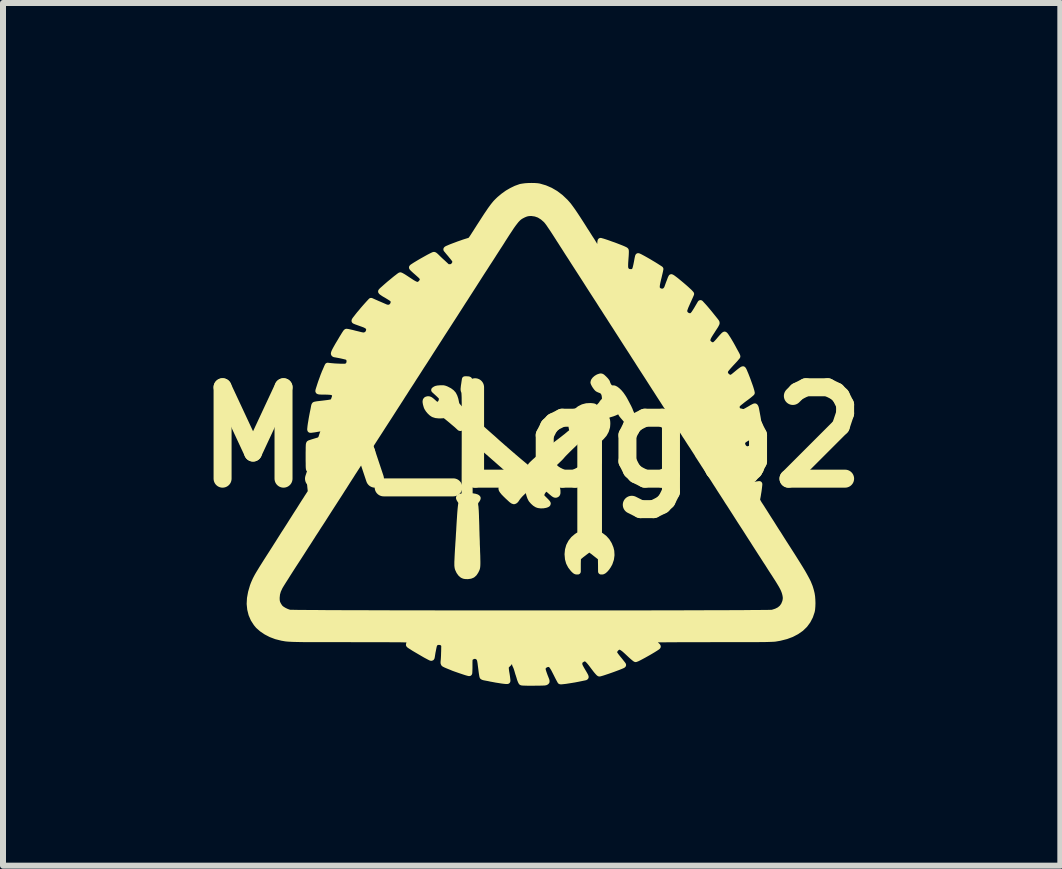
<source format=kicad_pcb>
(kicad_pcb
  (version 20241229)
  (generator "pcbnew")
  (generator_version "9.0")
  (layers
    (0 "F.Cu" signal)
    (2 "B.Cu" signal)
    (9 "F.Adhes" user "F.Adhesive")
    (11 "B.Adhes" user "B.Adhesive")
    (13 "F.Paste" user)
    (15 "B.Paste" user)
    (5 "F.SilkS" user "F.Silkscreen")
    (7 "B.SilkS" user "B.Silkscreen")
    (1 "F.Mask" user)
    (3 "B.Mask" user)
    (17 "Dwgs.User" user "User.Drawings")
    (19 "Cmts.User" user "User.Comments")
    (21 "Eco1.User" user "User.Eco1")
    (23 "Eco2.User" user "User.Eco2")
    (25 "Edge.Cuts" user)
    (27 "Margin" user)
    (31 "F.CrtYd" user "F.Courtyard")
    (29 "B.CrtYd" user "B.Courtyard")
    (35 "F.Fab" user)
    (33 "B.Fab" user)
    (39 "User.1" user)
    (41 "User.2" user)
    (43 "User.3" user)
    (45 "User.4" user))
  (footprint "MA_Logo2"
    (layer "F.Cu")
    (at 5.813 4.24)
    (property "Reference" "MA_Logo2" (at 0 0 0) (layer "F.SilkS") (effects (font (size 1.524 1.524) (thickness 0.3))))
    (attr through_hole)
    (fp_poly (pts (xy -0.117 0.88) (xy -0.167 0.927) (xy -0.193 0.953) (xy -0.217 0.98) (xy -0.236 1.004) (xy -0.241 1.011) (xy -0.261 1.041) (xy -0.278 1.059) (xy -0.295 1.065) (xy -0.314 1.059) (xy -0.337 1.042) (xy -0.348 1.032) (xy -0.397 0.987) (xy -0.436 0.949) (xy -0.466 0.918) (xy -0.486 0.893) (xy -0.499 0.873) (xy -0.504 0.857) (xy -0.502 0.844) (xy -0.5 0.84) (xy -0.489 0.832) (xy -0.469 0.822) (xy -0.441 0.811) (xy -0.43 0.808) (xy -0.369 0.783) (xy -0.327 0.757) (xy -0.306 0.742) (xy -0.291 0.732) (xy -0.283 0.727) (xy -0.282 0.727) (xy -0.276 0.731) (xy -0.262 0.744) (xy -0.241 0.763) (xy -0.215 0.787) (xy -0.198 0.803) (xy -0.117 0.88)) (stroke (width 0.1) (type solid)) (fill yes) (layer "F.SilkS"))
    (fp_poly (pts (xy 0.764 0.051) (xy 0.65 0.16) (xy 0.614 0.195) (xy 0.58 0.229) (xy 0.549 0.26) (xy 0.524 0.286) (xy 0.507 0.305) (xy 0.503 0.31) (xy 0.49 0.325) (xy 0.469 0.347) (xy 0.442 0.373) (xy 0.411 0.403) (xy 0.377 0.435) (xy 0.343 0.468) (xy 0.308 0.5) (xy 0.276 0.529) (xy 0.248 0.554) (xy 0.225 0.574) (xy 0.209 0.587) (xy 0.201 0.592) (xy 0.201 0.592) (xy 0.19 0.59) (xy 0.171 0.588) (xy 0.159 0.586) (xy 0.129 0.579) (xy 0.103 0.567) (xy 0.099 0.565) (xy 0.073 0.546) (xy 0.046 0.526) (xy 0.022 0.506) (xy 0.002 0.49) (xy -0.01 0.478) (xy -0.014 0.473) (xy -0.009 0.466) (xy 0.006 0.45) (xy 0.028 0.429) (xy 0.057 0.402) (xy 0.091 0.372) (xy 0.128 0.34) (xy 0.167 0.307) (xy 0.206 0.274) (xy 0.244 0.243) (xy 0.28 0.214) (xy 0.307 0.193) (xy 0.376 0.141) (xy 0.434 0.097) (xy 0.483 0.06) (xy 0.523 0.029) (xy 0.556 0.003) (xy 0.583 -0.018) (xy 0.603 -0.035) (xy 0.607 -0.038) (xy 0.628 -0.056) (xy 0.646 -0.07) (xy 0.656 -0.077) (xy 0.658 -0.078) (xy 0.664 -0.072) (xy 0.673 -0.057) (xy 0.678 -0.048) (xy 0.691 -0.028) (xy 0.71 -0.003) (xy 0.729 0.016) (xy 0.764 0.051)) (stroke (width 0.1) (type solid)) (fill yes) (layer "F.SilkS"))
    (fp_poly (pts (xy -1.178 -0.308) (xy -1.178 -0.257) (xy -1.179 -0.218) (xy -1.18 -0.19) (xy -1.181 -0.172) (xy -1.183 -0.161) (xy -1.186 -0.156) (xy -1.188 -0.155) (xy -1.199 -0.158) (xy -1.201 -0.161) (xy -1.207 -0.167) (xy -1.222 -0.18) (xy -1.243 -0.2) (xy -1.27 -0.223) (xy -1.3 -0.248) (xy -1.33 -0.274) (xy -1.36 -0.299) (xy -1.387 -0.321) (xy -1.409 -0.339) (xy -1.419 -0.347) (xy -1.437 -0.36) (xy -1.451 -0.367) (xy -1.467 -0.369) (xy -1.489 -0.367) (xy -1.496 -0.366) (xy -1.546 -0.365) (xy -1.595 -0.37) (xy -1.636 -0.383) (xy -1.64 -0.385) (xy -1.667 -0.403) (xy -1.696 -0.43) (xy -1.722 -0.461) (xy -1.743 -0.494) (xy -1.752 -0.516) (xy -1.764 -0.559) (xy -1.769 -0.592) (xy -1.766 -0.614) (xy -1.754 -0.628) (xy -1.734 -0.634) (xy -1.724 -0.635) (xy -1.71 -0.633) (xy -1.695 -0.627) (xy -1.677 -0.615) (xy -1.652 -0.594) (xy -1.649 -0.591) (xy -1.62 -0.565) (xy -1.599 -0.548) (xy -1.585 -0.538) (xy -1.575 -0.533) (xy -1.567 -0.534) (xy -1.557 -0.539) (xy -1.547 -0.546) (xy -1.518 -0.572) (xy -1.501 -0.605) (xy -1.496 -0.641) (xy -1.496 -0.653) (xy -1.499 -0.664) (xy -1.507 -0.675) (xy -1.52 -0.69) (xy -1.54 -0.71) (xy -1.56 -0.729) (xy -1.625 -0.788) (xy -1.605 -0.802) (xy -1.588 -0.809) (xy -1.564 -0.814) (xy -1.529 -0.817) (xy -1.524 -0.817) (xy -1.492 -0.818) (xy -1.47 -0.817) (xy -1.45 -0.812) (xy -1.428 -0.804) (xy -1.418 -0.799) (xy -1.371 -0.775) (xy -1.335 -0.748) (xy -1.307 -0.717) (xy -1.287 -0.678) (xy -1.271 -0.63) (xy -1.259 -0.571) (xy -1.259 -0.569) (xy -1.253 -0.549) (xy -1.24 -0.528) (xy -1.218 -0.503) (xy -1.217 -0.501) (xy -1.178 -0.461) (xy -1.178 -0.308)) (stroke (width 0.1) (type solid)) (fill yes) (layer "F.SilkS"))
    (fp_poly (pts (xy 0.43 0.903) (xy 0.43 0.928) (xy 0.426 0.943) (xy 0.419 0.951) (xy 0.417 0.952) (xy 0.405 0.957) (xy 0.394 0.958) (xy 0.381 0.953) (xy 0.363 0.941) (xy 0.34 0.922) (xy 0.318 0.903) (xy 0.293 0.881) (xy 0.271 0.863) (xy 0.256 0.851) (xy 0.249 0.847) (xy 0.249 0.847) (xy 0.234 0.852) (xy 0.216 0.866) (xy 0.198 0.884) (xy 0.183 0.904) (xy 0.178 0.911) (xy 0.166 0.938) (xy 0.16 0.959) (xy 0.16 0.976) (xy 0.168 0.993) (xy 0.185 1.013) (xy 0.211 1.039) (xy 0.216 1.044) (xy 0.243 1.071) (xy 0.26 1.09) (xy 0.268 1.103) (xy 0.265 1.112) (xy 0.254 1.119) (xy 0.234 1.126) (xy 0.231 1.127) (xy 0.192 1.134) (xy 0.152 1.135) (xy 0.114 1.13) (xy 0.088 1.121) (xy 0.056 1.101) (xy 0.024 1.072) (xy -0.004 1.04) (xy -0.01 1.03) (xy -0.025 1) (xy -0.038 0.962) (xy -0.049 0.921) (xy -0.053 0.896) (xy -0.056 0.873) (xy -0.059 0.854) (xy -0.06 0.85) (xy -0.064 0.843) (xy -0.073 0.831) (xy -0.09 0.815) (xy -0.113 0.792) (xy -0.144 0.763) (xy -0.183 0.727) (xy -0.232 0.683) (xy -0.291 0.631) (xy -0.318 0.607) (xy -0.344 0.583) (xy -0.366 0.563) (xy -0.383 0.548) (xy -0.392 0.54) (xy -0.392 0.54) (xy -0.412 0.523) (xy -0.441 0.497) (xy -0.478 0.464) (xy -0.523 0.425) (xy -0.574 0.38) (xy -0.63 0.331) (xy -0.69 0.278) (xy -0.754 0.223) (xy -0.755 0.222) (xy -0.963 0.04) (xy -0.967 -0.108) (xy -0.967 -0.152) (xy -0.968 -0.191) (xy -0.967 -0.223) (xy -0.967 -0.246) (xy -0.965 -0.258) (xy -0.965 -0.259) (xy -0.958 -0.255) (xy -0.943 -0.244) (xy -0.922 -0.226) (xy -0.897 -0.203) (xy -0.889 -0.196) (xy -0.857 -0.167) (xy -0.824 -0.137) (xy -0.793 -0.109) (xy -0.769 -0.088) (xy -0.751 -0.072) (xy -0.724 -0.048) (xy -0.69 -0.018) (xy -0.652 0.015) (xy -0.612 0.051) (xy -0.578 0.082) (xy -0.48 0.168) (xy -0.388 0.248) (xy -0.301 0.323) (xy -0.22 0.392) (xy -0.147 0.453) (xy -0.08 0.508) (xy -0.023 0.554) (xy 0.027 0.592) (xy 0.066 0.62) (xy 0.074 0.626) (xy 0.095 0.639) (xy 0.112 0.648) (xy 0.13 0.653) (xy 0.153 0.656) (xy 0.182 0.658) (xy 0.234 0.664) (xy 0.277 0.677) (xy 0.315 0.698) (xy 0.352 0.73) (xy 0.362 0.741) (xy 0.398 0.788) (xy 0.421 0.837) (xy 0.43 0.889) (xy 0.43 0.903)) (stroke (width 0.1) (type solid)) (fill yes) (layer "F.SilkS"))
    (fp_poly (pts (xy 1.743 -0.106) (xy 1.737 -0.094) (xy 1.722 -0.086) (xy 1.704 -0.084) (xy 1.687 -0.088) (xy 1.681 -0.093) (xy 1.675 -0.104) (xy 1.665 -0.124) (xy 1.655 -0.147) (xy 1.616 -0.229) (xy 1.569 -0.299) (xy 1.541 -0.332) (xy 1.521 -0.355) (xy 1.504 -0.376) (xy 1.494 -0.392) (xy 1.492 -0.396) (xy 1.481 -0.419) (xy 1.465 -0.434) (xy 1.452 -0.437) (xy 1.439 -0.434) (xy 1.418 -0.426) (xy 1.404 -0.42) (xy 1.379 -0.409) (xy 1.347 -0.397) (xy 1.321 -0.389) (xy 1.298 -0.383) (xy 1.279 -0.374) (xy 1.258 -0.362) (xy 1.234 -0.345) (xy 1.203 -0.321) (xy 1.199 -0.317) (xy 1.168 -0.292) (xy 1.138 -0.267) (xy 1.112 -0.246) (xy 1.093 -0.23) (xy 1.093 -0.23) (xy 1.051 -0.192) (xy 1.018 -0.164) (xy 0.994 -0.145) (xy 0.977 -0.132) (xy 0.968 -0.127) (xy 0.967 -0.127) (xy 0.958 -0.131) (xy 0.942 -0.143) (xy 0.921 -0.16) (xy 0.913 -0.167) (xy 0.891 -0.187) (xy 0.878 -0.202) (xy 0.871 -0.214) (xy 0.868 -0.226) (xy 0.868 -0.237) (xy 0.868 -0.248) (xy 0.871 -0.258) (xy 0.876 -0.269) (xy 0.887 -0.281) (xy 0.905 -0.298) (xy 0.93 -0.322) (xy 0.947 -0.337) (xy 0.981 -0.368) (xy 1.016 -0.401) (xy 1.051 -0.435) (xy 1.084 -0.467) (xy 1.114 -0.498) (xy 1.139 -0.524) (xy 1.158 -0.545) (xy 1.169 -0.559) (xy 1.171 -0.563) (xy 1.176 -0.572) (xy 1.188 -0.587) (xy 1.197 -0.596) (xy 1.211 -0.611) (xy 1.219 -0.623) (xy 1.221 -0.64) (xy 1.221 -0.663) (xy 1.216 -0.704) (xy 1.204 -0.739) (xy 1.185 -0.765) (xy 1.177 -0.772) (xy 1.161 -0.781) (xy 1.138 -0.79) (xy 1.128 -0.794) (xy 1.109 -0.802) (xy 1.094 -0.812) (xy 1.08 -0.828) (xy 1.062 -0.852) (xy 1.047 -0.876) (xy 1.036 -0.898) (xy 1.03 -0.912) (xy 1.03 -0.914) (xy 1.036 -0.938) (xy 1.054 -0.962) (xy 1.079 -0.984) (xy 1.109 -1.002) (xy 1.141 -1.013) (xy 1.142 -1.013) (xy 1.154 -1.015) (xy 1.164 -1.012) (xy 1.177 -1.005) (xy 1.193 -0.99) (xy 1.211 -0.973) (xy 1.231 -0.952) (xy 1.246 -0.933) (xy 1.255 -0.92) (xy 1.256 -0.917) (xy 1.259 -0.905) (xy 1.267 -0.885) (xy 1.275 -0.868) (xy 1.294 -0.839) (xy 1.318 -0.82) (xy 1.343 -0.815) (xy 1.353 -0.816) (xy 1.374 -0.815) (xy 1.4 -0.802) (xy 1.429 -0.78) (xy 1.46 -0.75) (xy 1.491 -0.713) (xy 1.52 -0.671) (xy 1.533 -0.651) (xy 1.547 -0.627) (xy 1.563 -0.597) (xy 1.58 -0.565) (xy 1.597 -0.532) (xy 1.613 -0.502) (xy 1.625 -0.476) (xy 1.634 -0.457) (xy 1.637 -0.449) (xy 1.64 -0.441) (xy 1.646 -0.424) (xy 1.654 -0.408) (xy 1.666 -0.378) (xy 1.679 -0.341) (xy 1.693 -0.299) (xy 1.707 -0.255) (xy 1.719 -0.212) (xy 1.73 -0.172) (xy 1.738 -0.138) (xy 1.742 -0.114) (xy 1.743 -0.106)) (stroke (width 0.1) (type solid)) (fill yes) (layer "F.SilkS"))
    (fp_poly (pts (xy -0.9 1.013) (xy -0.902 1.023) (xy -0.911 1.04) (xy -0.918 1.048) (xy -0.936 1.075) (xy -0.943 1.099) (xy -0.942 1.126) (xy -0.94 1.141) (xy -0.937 1.158) (xy -0.935 1.187) (xy -0.932 1.224) (xy -0.93 1.268) (xy -0.928 1.315) (xy -0.928 1.333) (xy -0.925 1.411) (xy -0.923 1.477) (xy -0.922 1.534) (xy -0.92 1.585) (xy -0.919 1.634) (xy -0.917 1.682) (xy -0.915 1.732) (xy -0.914 1.788) (xy -0.911 1.851) (xy -0.91 1.904) (xy -0.907 1.972) (xy -0.906 2.028) (xy -0.905 2.073) (xy -0.905 2.109) (xy -0.906 2.137) (xy -0.908 2.16) (xy -0.911 2.178) (xy -0.916 2.194) (xy -0.923 2.209) (xy -0.931 2.225) (xy -0.933 2.23) (xy -0.958 2.268) (xy -0.987 2.294) (xy -1.021 2.308) (xy -1.063 2.314) (xy -1.074 2.314) (xy -1.105 2.313) (xy -1.127 2.309) (xy -1.146 2.301) (xy -1.153 2.298) (xy -1.182 2.273) (xy -1.208 2.237) (xy -1.228 2.194) (xy -1.232 2.182) (xy -1.235 2.169) (xy -1.237 2.154) (xy -1.239 2.135) (xy -1.239 2.111) (xy -1.239 2.08) (xy -1.237 2.042) (xy -1.235 1.994) (xy -1.232 1.936) (xy -1.228 1.866) (xy -1.224 1.806) (xy -1.223 1.786) (xy -1.221 1.755) (xy -1.218 1.713) (xy -1.215 1.664) (xy -1.212 1.608) (xy -1.208 1.55) (xy -1.206 1.51) (xy -1.201 1.424) (xy -1.196 1.35) (xy -1.192 1.288) (xy -1.188 1.235) (xy -1.184 1.19) (xy -1.18 1.152) (xy -1.176 1.12) (xy -1.174 1.11) (xy -1.173 1.09) (xy -1.177 1.074) (xy -1.188 1.055) (xy -1.192 1.049) (xy -1.206 1.026) (xy -1.212 1.01) (xy -1.208 1) (xy -1.192 0.993) (xy -1.164 0.986) (xy -1.158 0.984) (xy -1.118 0.977) (xy -1.116 0.12) (xy -1.116 -0.009) (xy -1.116 -0.124) (xy -1.116 -0.227) (xy -1.116 -0.317) (xy -1.116 -0.397) (xy -1.116 -0.466) (xy -1.116 -0.526) (xy -1.116 -0.577) (xy -1.117 -0.62) (xy -1.117 -0.655) (xy -1.118 -0.684) (xy -1.119 -0.707) (xy -1.12 -0.725) (xy -1.121 -0.739) (xy -1.122 -0.749) (xy -1.124 -0.757) (xy -1.125 -0.762) (xy -1.126 -0.763) (xy -1.131 -0.776) (xy -1.134 -0.788) (xy -1.135 -0.804) (xy -1.133 -0.825) (xy -1.13 -0.854) (xy -1.124 -0.893) (xy -1.121 -0.915) (xy -1.113 -0.967) (xy -1.079 -0.967) (xy -1.059 -0.966) (xy -1.045 -0.963) (xy -1.042 -0.961) (xy -1.04 -0.953) (xy -1.036 -0.933) (xy -1.032 -0.905) (xy -1.027 -0.872) (xy -1.022 -0.836) (xy -1.019 -0.81) (xy -1.018 -0.792) (xy -1.02 -0.778) (xy -1.024 -0.765) (xy -1.026 -0.759) (xy -1.028 -0.754) (xy -1.029 -0.746) (xy -1.031 -0.736) (xy -1.032 -0.722) (xy -1.033 -0.703) (xy -1.034 -0.68) (xy -1.034 -0.651) (xy -1.035 -0.615) (xy -1.035 -0.572) (xy -1.036 -0.52) (xy -1.036 -0.46) (xy -1.036 -0.391) (xy -1.036 -0.31) (xy -1.036 -0.219) (xy -1.036 -0.116) (xy -1.036 -0.000149) (xy -1.035 0.124) (xy -1.034 0.977) (xy -0.988 0.983) (xy -0.946 0.99) (xy -0.917 0.999) (xy -0.902 1.01) (xy -0.9 1.013)) (stroke (width 0.1) (type solid)) (fill yes) (layer "F.SilkS"))
    (fp_poly (pts (xy 1.331 1.963) (xy 1.322 2.03) (xy 1.299 2.098) (xy 1.293 2.109) (xy 1.274 2.143) (xy 1.252 2.175) (xy 1.228 2.203) (xy 1.205 2.224) (xy 1.185 2.235) (xy 1.176 2.237) (xy 1.157 2.237) (xy 1.156 2.122) (xy 1.154 2.008) (xy 1.062 1.936) (xy 1.031 1.911) (xy 1.003 1.891) (xy 0.995 1.885) (xy 0.995 0.895) (xy 0.995 0.781) (xy 0.995 0.68) (xy 0.995 0.591) (xy 0.994 0.515) (xy 0.994 0.448) (xy 0.994 0.392) (xy 0.993 0.345) (xy 0.993 0.307) (xy 0.992 0.275) (xy 0.991 0.251) (xy 0.99 0.232) (xy 0.989 0.218) (xy 0.988 0.208) (xy 0.986 0.202) (xy 0.984 0.198) (xy 0.983 0.196) (xy 0.966 0.186) (xy 0.948 0.185) (xy 0.934 0.194) (xy 0.932 0.197) (xy 0.93 0.207) (xy 0.929 0.23) (xy 0.928 0.267) (xy 0.927 0.319) (xy 0.926 0.383) (xy 0.925 0.462) (xy 0.925 0.555) (xy 0.925 0.662) (xy 0.924 0.783) (xy 0.924 0.894) (xy 0.924 1.009) (xy 0.924 1.11) (xy 0.924 1.199) (xy 0.925 1.276) (xy 0.925 1.342) (xy 0.925 1.398) (xy 0.926 1.446) (xy 0.926 1.484) (xy 0.927 1.516) (xy 0.928 1.541) (xy 0.929 1.559) (xy 0.93 1.573) (xy 0.932 1.583) (xy 0.933 1.589) (xy 0.935 1.593) (xy 0.95 1.606) (xy 0.965 1.606) (xy 0.981 1.595) (xy 0.983 1.592) (xy 0.985 1.589) (xy 0.987 1.584) (xy 0.988 1.576) (xy 0.99 1.566) (xy 0.991 1.551) (xy 0.992 1.531) (xy 0.993 1.506) (xy 0.993 1.473) (xy 0.994 1.434) (xy 0.994 1.386) (xy 0.994 1.328) (xy 0.995 1.261) (xy 0.995 1.183) (xy 0.995 1.093) (xy 0.995 0.991) (xy 0.995 0.895) (xy 0.995 1.885) (xy 0.981 1.875) (xy 0.966 1.865) (xy 0.961 1.863) (xy 0.953 1.867) (xy 0.937 1.878) (xy 0.914 1.895) (xy 0.887 1.915) (xy 0.859 1.937) (xy 0.831 1.958) (xy 0.807 1.978) (xy 0.788 1.994) (xy 0.776 2.005) (xy 0.774 2.007) (xy 0.773 2.016) (xy 0.771 2.037) (xy 0.77 2.067) (xy 0.769 2.103) (xy 0.769 2.125) (xy 0.769 2.237) (xy 0.749 2.237) (xy 0.735 2.234) (xy 0.72 2.224) (xy 0.701 2.206) (xy 0.692 2.197) (xy 0.651 2.144) (xy 0.622 2.088) (xy 0.605 2.027) (xy 0.599 1.959) (xy 0.598 1.95) (xy 0.605 1.878) (xy 0.624 1.811) (xy 0.656 1.75) (xy 0.698 1.697) (xy 0.751 1.652) (xy 0.769 1.64) (xy 0.811 1.615) (xy 0.811 0.825) (xy 0.811 0.036) (xy 0.791 0.025) (xy 0.763 0.005) (xy 0.735 -0.026) (xy 0.708 -0.063) (xy 0.685 -0.104) (xy 0.671 -0.14) (xy 0.665 -0.172) (xy 0.663 -0.212) (xy 0.664 -0.254) (xy 0.67 -0.294) (xy 0.679 -0.325) (xy 0.679 -0.325) (xy 0.71 -0.385) (xy 0.75 -0.435) (xy 0.799 -0.474) (xy 0.854 -0.502) (xy 0.915 -0.518) (xy 0.98 -0.521) (xy 1.003 -0.519) (xy 1.028 -0.516) (xy 1.045 -0.511) (xy 1.052 -0.504) (xy 1.049 -0.494) (xy 1.036 -0.478) (xy 1.014 -0.455) (xy 0.992 -0.434) (xy 0.966 -0.409) (xy 0.942 -0.389) (xy 0.923 -0.374) (xy 0.912 -0.367) (xy 0.911 -0.367) (xy 0.901 -0.362) (xy 0.884 -0.349) (xy 0.864 -0.331) (xy 0.855 -0.323) (xy 0.811 -0.278) (xy 0.811 -0.217) (xy 0.812 -0.19) (xy 0.814 -0.168) (xy 0.817 -0.156) (xy 0.818 -0.154) (xy 0.826 -0.148) (xy 0.841 -0.136) (xy 0.855 -0.123) (xy 0.88 -0.101) (xy 0.901 -0.087) (xy 0.922 -0.08) (xy 0.949 -0.078) (xy 0.968 -0.078) (xy 1.02 -0.078) (xy 1.062 -0.12) (xy 1.081 -0.141) (xy 1.096 -0.159) (xy 1.104 -0.172) (xy 1.105 -0.174) (xy 1.111 -0.186) (xy 1.125 -0.202) (xy 1.134 -0.21) (xy 1.17 -0.24) (xy 1.201 -0.265) (xy 1.226 -0.284) (xy 1.243 -0.295) (xy 1.252 -0.297) (xy 1.252 -0.297) (xy 1.257 -0.282) (xy 1.26 -0.257) (xy 1.261 -0.227) (xy 1.259 -0.196) (xy 1.257 -0.173) (xy 1.238 -0.11) (xy 1.207 -0.054) (xy 1.164 -0.005) (xy 1.164 -0.005) (xy 1.122 0.035) (xy 1.122 0.827) (xy 1.122 1.619) (xy 1.16 1.642) (xy 1.21 1.68) (xy 1.254 1.729) (xy 1.289 1.786) (xy 1.315 1.849) (xy 1.327 1.897) (xy 1.331 1.963)) (stroke (width 0.1) (type solid)) (fill yes) (layer "F.SilkS"))
    (fp_poly (pts (xy 4.681 2.765) (xy 4.679 2.82) (xy 4.675 2.869) (xy 4.669 2.901) (xy 4.641 2.984) (xy 4.602 3.059) (xy 4.552 3.127) (xy 4.49 3.187) (xy 4.417 3.238) (xy 4.333 3.282) (xy 4.239 3.317) (xy 4.237 3.317) (xy 4.237 2.677) (xy 4.234 2.651) (xy 4.23 2.627) (xy 4.223 2.598) (xy 4.214 2.57) (xy 4.202 2.539) (xy 4.186 2.506) (xy 4.165 2.467) (xy 4.138 2.422) (xy 4.105 2.368) (xy 4.074 2.32) (xy 4.046 2.276) (xy 4.019 2.235) (xy 3.995 2.198) (xy 3.975 2.167) (xy 3.961 2.144) (xy 3.954 2.134) (xy 3.945 2.119) (xy 3.929 2.094) (xy 3.907 2.061) (xy 3.882 2.022) (xy 3.854 1.978) (xy 3.824 1.932) (xy 3.82 1.926) (xy 3.79 1.879) (xy 3.761 1.834) (xy 3.734 1.792) (xy 3.711 1.756) (xy 3.693 1.727) (xy 3.681 1.709) (xy 3.68 1.707) (xy 3.659 1.675) (xy 3.632 1.633) (xy 3.599 1.581) (xy 3.562 1.523) (xy 3.521 1.46) (xy 3.478 1.394) (xy 3.434 1.325) (xy 3.39 1.256) (xy 3.347 1.189) (xy 3.306 1.125) (xy 3.267 1.066) (xy 3.239 1.021) (xy 3.204 0.967) (xy 3.169 0.913) (xy 3.136 0.862) (xy 3.106 0.814) (xy 3.079 0.773) (xy 3.058 0.74) (xy 3.048 0.724) (xy 3.023 0.685) (xy 2.994 0.641) (xy 2.966 0.597) (xy 2.946 0.566) (xy 2.922 0.529) (xy 2.897 0.49) (xy 2.873 0.454) (xy 2.858 0.43) (xy 2.838 0.399) (xy 2.817 0.367) (xy 2.8 0.34) (xy 2.794 0.331) (xy 2.78 0.31) (xy 2.769 0.292) (xy 2.764 0.282) (xy 2.759 0.273) (xy 2.747 0.255) (xy 2.73 0.228) (xy 2.708 0.194) (xy 2.684 0.156) (xy 2.667 0.131) (xy 2.638 0.087) (xy 2.61 0.043) (xy 2.583 0.001) (xy 2.559 -0.034) (xy 2.542 -0.062) (xy 2.536 -0.071) (xy 2.503 -0.123) (xy 2.462 -0.186) (xy 2.416 -0.258) (xy 2.365 -0.338) (xy 2.309 -0.424) (xy 2.251 -0.515) (xy 2.19 -0.61) (xy 2.127 -0.707) (xy 2.064 -0.806) (xy 2.06 -0.811) (xy 2.023 -0.869) (xy 1.98 -0.936) (xy 1.934 -1.008) (xy 1.886 -1.082) (xy 1.838 -1.156) (xy 1.793 -1.226) (xy 1.761 -1.277) (xy 1.718 -1.343) (xy 1.673 -1.414) (xy 1.625 -1.488) (xy 1.577 -1.562) (xy 1.529 -1.637) (xy 1.483 -1.709) (xy 1.439 -1.777) (xy 1.399 -1.84) (xy 1.363 -1.895) (xy 1.333 -1.942) (xy 1.316 -1.968) (xy 1.305 -1.986) (xy 1.287 -2.014) (xy 1.264 -2.049) (xy 1.237 -2.091) (xy 1.208 -2.137) (xy 1.177 -2.184) (xy 1.168 -2.198) (xy 1.12 -2.274) (xy 1.068 -2.354) (xy 1.015 -2.436) (xy 0.961 -2.52) (xy 0.907 -2.605) (xy 0.853 -2.689) (xy 0.8 -2.771) (xy 0.749 -2.85) (xy 0.7 -2.926) (xy 0.655 -2.997) (xy 0.613 -3.061) (xy 0.576 -3.119) (xy 0.545 -3.168) (xy 0.519 -3.208) (xy 0.5 -3.238) (xy 0.495 -3.246) (xy 0.477 -3.274) (xy 0.459 -3.301) (xy 0.446 -3.323) (xy 0.441 -3.33) (xy 0.393 -3.405) (xy 0.352 -3.468) (xy 0.317 -3.519) (xy 0.289 -3.561) (xy 0.266 -3.592) (xy 0.248 -3.614) (xy 0.241 -3.622) (xy 0.185 -3.671) (xy 0.126 -3.708) (xy 0.064 -3.73) (xy -0.001 -3.739) (xy -0.011 -3.739) (xy -0.044 -3.738) (xy -0.072 -3.734) (xy -0.1 -3.726) (xy -0.132 -3.713) (xy -0.154 -3.702) (xy -0.175 -3.691) (xy -0.196 -3.678) (xy -0.216 -3.663) (xy -0.236 -3.644) (xy -0.258 -3.621) (xy -0.281 -3.592) (xy -0.308 -3.557) (xy -0.338 -3.515) (xy -0.372 -3.463) (xy -0.412 -3.403) (xy -0.458 -3.331) (xy -0.477 -3.302) (xy -0.501 -3.263) (xy -0.531 -3.216) (xy -0.565 -3.164) (xy -0.599 -3.111) (xy -0.632 -3.06) (xy -0.645 -3.039) (xy -0.672 -2.997) (xy -0.705 -2.946) (xy -0.743 -2.888) (xy -0.783 -2.825) (xy -0.825 -2.761) (xy -0.866 -2.697) (xy -0.903 -2.639) (xy -0.937 -2.586) (xy -0.97 -2.534) (xy -1.003 -2.483) (xy -1.037 -2.43) (xy -1.072 -2.376) (xy -1.108 -2.319) (xy -1.148 -2.258) (xy -1.19 -2.192) (xy -1.237 -2.119) (xy -1.288 -2.039) (xy -1.345 -1.951) (xy -1.408 -1.853) (xy -1.478 -1.745) (xy -1.493 -1.722) (xy -1.535 -1.656) (xy -1.582 -1.583) (xy -1.632 -1.505) (xy -1.683 -1.426) (xy -1.732 -1.349) (xy -1.777 -1.279) (xy -1.799 -1.245) (xy -1.839 -1.184) (xy -1.881 -1.118) (xy -1.924 -1.051) (xy -1.967 -0.985) (xy -2.006 -0.923) (xy -2.042 -0.868) (xy -2.065 -0.833) (xy -2.095 -0.786) (xy -2.124 -0.74) (xy -2.151 -0.699) (xy -2.174 -0.662) (xy -2.192 -0.634) (xy -2.204 -0.615) (xy -2.205 -0.614) (xy -2.216 -0.597) (xy -2.233 -0.57) (xy -2.256 -0.535) (xy -2.283 -0.493) (xy -2.313 -0.446) (xy -2.345 -0.396) (xy -2.368 -0.36) (xy -2.418 -0.283) (xy -2.473 -0.198) (xy -2.532 -0.106) (xy -2.593 -0.012) (xy -2.654 0.083) (xy -2.713 0.175) (xy -2.768 0.262) (xy -2.797 0.307) (xy -2.811 0.327) (xy -2.83 0.358) (xy -2.855 0.396) (xy -2.883 0.439) (xy -2.913 0.486) (xy -2.945 0.535) (xy -2.953 0.548) (xy -2.984 0.595) (xy -3.012 0.64) (xy -3.038 0.68) (xy -3.06 0.714) (xy -3.077 0.741) (xy -3.088 0.758) (xy -3.09 0.762) (xy -3.102 0.78) (xy -3.118 0.806) (xy -3.137 0.836) (xy -3.148 0.852) (xy -3.196 0.928) (xy -3.251 1.013) (xy -3.309 1.103) (xy -3.369 1.196) (xy -3.428 1.288) (xy -3.484 1.376) (xy -3.536 1.456) (xy -3.537 1.457) (xy -3.568 1.505) (xy -3.597 1.551) (xy -3.624 1.592) (xy -3.647 1.627) (xy -3.664 1.655) (xy -3.676 1.673) (xy -3.68 1.679) (xy -3.688 1.692) (xy -3.704 1.717) (xy -3.727 1.753) (xy -3.758 1.8) (xy -3.795 1.858) (xy -3.839 1.927) (xy -3.89 2.006) (xy -3.948 2.095) (xy -3.969 2.127) (xy -4.021 2.208) (xy -4.067 2.28) (xy -4.107 2.344) (xy -4.141 2.397) (xy -4.168 2.44) (xy -4.188 2.473) (xy -4.201 2.495) (xy -4.202 2.498) (xy -4.229 2.556) (xy -4.245 2.613) (xy -4.251 2.673) (xy -4.251 2.681) (xy -4.25 2.714) (xy -4.247 2.738) (xy -4.241 2.759) (xy -4.231 2.782) (xy -4.231 2.782) (xy -4.216 2.808) (xy -4.199 2.833) (xy -4.188 2.846) (xy -4.16 2.868) (xy -4.123 2.89) (xy -4.082 2.909) (xy -4.042 2.923) (xy -4.038 2.924) (xy -4.028 2.925) (xy -4.004 2.925) (xy -3.967 2.926) (xy -3.918 2.927) (xy -3.856 2.928) (xy -3.782 2.928) (xy -3.698 2.929) (xy -3.602 2.929) (xy -3.497 2.93) (xy -3.381 2.931) (xy -3.257 2.931) (xy -3.124 2.932) (xy -2.982 2.932) (xy -2.833 2.932) (xy -2.676 2.933) (xy -2.513 2.933) (xy -2.343 2.934) (xy -2.168 2.934) (xy -1.987 2.934) (xy -1.802 2.934) (xy -1.612 2.935) (xy -1.418 2.935) (xy -1.221 2.935) (xy -1.021 2.935) (xy -0.818 2.935) (xy -0.614 2.936) (xy -0.408 2.936) (xy -0.201 2.936) (xy 0.006 2.936) (xy 0.213 2.936) (xy 0.42 2.936) (xy 0.625 2.936) (xy 0.829 2.936) (xy 1.031 2.935) (xy 1.231 2.935) (xy 1.428 2.935) (xy 1.621 2.935) (xy 1.81 2.935) (xy 1.995 2.935) (xy 2.174 2.934) (xy 2.349 2.934) (xy 2.517 2.934) (xy 2.68 2.933) (xy 2.835 2.933) (xy 2.983 2.932) (xy 3.123 2.932) (xy 3.254 2.932) (xy 3.377 2.931) (xy 3.491 2.931) (xy 3.594 2.93) (xy 3.688 2.929) (xy 3.77 2.929) (xy 3.842 2.928) (xy 3.901 2.928) (xy 3.949 2.927) (xy 3.983 2.926) (xy 4.005 2.925) (xy 4.012 2.925) (xy 4.078 2.904) (xy 4.131 2.877) (xy 4.173 2.842) (xy 4.204 2.799) (xy 4.225 2.748) (xy 4.231 2.726) (xy 4.235 2.7) (xy 4.237 2.677) (xy 4.237 3.317) (xy 4.135 3.343) (xy 4.065 3.355) (xy 4.052 3.357) (xy 4.037 3.358) (xy 4.019 3.359) (xy 3.996 3.36) (xy 3.968 3.361) (xy 3.934 3.362) (xy 3.894 3.363) (xy 3.847 3.363) (xy 3.792 3.364) (xy 3.728 3.364) (xy 3.656 3.365) (xy 3.573 3.365) (xy 3.48 3.365) (xy 3.376 3.365) (xy 3.259 3.365) (xy 3.13 3.365) (xy 2.988 3.365) (xy 2.983 3.365) (xy 2.865 3.366) (xy 2.751 3.366) (xy 2.642 3.366) (xy 2.538 3.366) (xy 2.44 3.366) (xy 2.35 3.367) (xy 2.267 3.367) (xy 2.193 3.368) (xy 2.129 3.368) (xy 2.074 3.369) (xy 2.031 3.369) (xy 2 3.37) (xy 1.981 3.37) (xy 1.976 3.371) (xy 1.981 3.377) (xy 1.995 3.391) (xy 2.015 3.409) (xy 2.039 3.429) (xy 2.064 3.45) (xy 2.084 3.468) (xy 2.098 3.481) (xy 2.102 3.487) (xy 2.097 3.493) (xy 2.08 3.505) (xy 2.055 3.521) (xy 2.023 3.541) (xy 1.986 3.563) (xy 1.945 3.587) (xy 1.904 3.61) (xy 1.863 3.633) (xy 1.824 3.654) (xy 1.79 3.672) (xy 1.762 3.686) (xy 1.742 3.694) (xy 1.733 3.697) (xy 1.724 3.692) (xy 1.708 3.679) (xy 1.685 3.66) (xy 1.657 3.635) (xy 1.626 3.606) (xy 1.625 3.605) (xy 1.581 3.564) (xy 1.545 3.532) (xy 1.515 3.51) (xy 1.491 3.496) (xy 1.472 3.49) (xy 1.455 3.49) (xy 1.453 3.49) (xy 1.421 3.505) (xy 1.394 3.533) (xy 1.383 3.552) (xy 1.374 3.571) (xy 1.372 3.584) (xy 1.375 3.596) (xy 1.381 3.608) (xy 1.39 3.622) (xy 1.406 3.645) (xy 1.427 3.672) (xy 1.451 3.702) (xy 1.459 3.711) (xy 1.482 3.74) (xy 1.501 3.764) (xy 1.516 3.783) (xy 1.523 3.793) (xy 1.524 3.795) (xy 1.518 3.8) (xy 1.5 3.808) (xy 1.473 3.819) (xy 1.438 3.833) (xy 1.398 3.848) (xy 1.355 3.864) (xy 1.31 3.88) (xy 1.267 3.895) (xy 1.225 3.909) (xy 1.189 3.921) (xy 1.159 3.93) (xy 1.138 3.936) (xy 1.128 3.937) (xy 1.119 3.931) (xy 1.102 3.913) (xy 1.077 3.884) (xy 1.045 3.842) (xy 1.032 3.825) (xy 0.996 3.777) (xy 0.967 3.741) (xy 0.943 3.715) (xy 0.922 3.697) (xy 0.904 3.687) (xy 0.888 3.683) (xy 0.886 3.683) (xy 0.869 3.687) (xy 0.846 3.698) (xy 0.824 3.712) (xy 0.808 3.725) (xy 0.797 3.744) (xy 0.794 3.772) (xy 0.794 3.774) (xy 0.795 3.789) (xy 0.799 3.805) (xy 0.807 3.824) (xy 0.82 3.849) (xy 0.839 3.882) (xy 0.846 3.894) (xy 0.868 3.931) (xy 0.884 3.959) (xy 0.894 3.978) (xy 0.899 3.99) (xy 0.9 3.996) (xy 0.896 4) (xy 0.89 4.002) (xy 0.888 4.002) (xy 0.83 4.014) (xy 0.772 4.026) (xy 0.714 4.037) (xy 0.659 4.046) (xy 0.608 4.054) (xy 0.563 4.061) (xy 0.526 4.065) (xy 0.498 4.068) (xy 0.482 4.068) (xy 0.478 4.067) (xy 0.474 4.06) (xy 0.464 4.042) (xy 0.45 4.016) (xy 0.433 3.983) (xy 0.416 3.949) (xy 0.391 3.9) (xy 0.371 3.861) (xy 0.354 3.833) (xy 0.34 3.812) (xy 0.328 3.798) (xy 0.316 3.788) (xy 0.304 3.782) (xy 0.303 3.782) (xy 0.276 3.777) (xy 0.246 3.784) (xy 0.218 3.798) (xy 0.196 3.819) (xy 0.184 3.842) (xy 0.182 3.854) (xy 0.183 3.869) (xy 0.187 3.889) (xy 0.195 3.915) (xy 0.207 3.95) (xy 0.224 3.996) (xy 0.226 4) (xy 0.236 4.026) (xy 0.244 4.046) (xy 0.248 4.061) (xy 0.248 4.072) (xy 0.241 4.08) (xy 0.228 4.085) (xy 0.206 4.088) (xy 0.174 4.089) (xy 0.131 4.09) (xy 0.076 4.09) (xy 0.046 4.091) (xy -0.018 4.091) (xy -0.068 4.091) (xy -0.107 4.09) (xy -0.135 4.089) (xy -0.154 4.088) (xy -0.166 4.086) (xy -0.17 4.084) (xy -0.177 4.073) (xy -0.186 4.052) (xy -0.196 4.026) (xy -0.197 4.022) (xy -0.205 3.994) (xy -0.213 3.969) (xy -0.218 3.952) (xy -0.219 3.951) (xy -0.224 3.936) (xy -0.231 3.912) (xy -0.239 3.884) (xy -0.24 3.881) (xy -0.249 3.852) (xy -0.259 3.825) (xy -0.268 3.806) (xy -0.268 3.805) (xy -0.275 3.792) (xy -0.278 3.778) (xy -0.278 3.758) (xy -0.275 3.729) (xy -0.275 3.728) (xy -0.266 3.646) (xy -0.258 3.573) (xy -0.251 3.512) (xy -0.246 3.461) (xy -0.243 3.423) (xy -0.24 3.397) (xy -0.24 3.387) (xy -0.24 3.375) (xy -0.244 3.369) (xy -0.255 3.366) (xy -0.276 3.366) (xy -0.282 3.365) (xy -0.302 3.366) (xy -0.316 3.368) (xy -0.324 3.374) (xy -0.329 3.388) (xy -0.332 3.411) (xy -0.335 3.44) (xy -0.337 3.467) (xy -0.341 3.501) (xy -0.345 3.538) (xy -0.346 3.549) (xy -0.353 3.611) (xy -0.358 3.66) (xy -0.362 3.697) (xy -0.365 3.723) (xy -0.366 3.739) (xy -0.367 3.745) (xy -0.372 3.755) (xy -0.384 3.77) (xy -0.396 3.781) (xy -0.413 3.798) (xy -0.427 3.815) (xy -0.431 3.822) (xy -0.432 3.838) (xy -0.43 3.866) (xy -0.425 3.908) (xy -0.418 3.947) (xy -0.412 3.985) (xy -0.408 4.018) (xy -0.405 4.043) (xy -0.404 4.058) (xy -0.405 4.062) (xy -0.414 4.063) (xy -0.434 4.062) (xy -0.465 4.059) (xy -0.502 4.054) (xy -0.545 4.047) (xy -0.591 4.04) (xy -0.638 4.031) (xy -0.677 4.024) (xy -0.713 4.016) (xy -0.746 4.01) (xy -0.772 4.005) (xy -0.788 4.002) (xy -0.788 4.002) (xy -0.806 3.997) (xy -0.819 3.99) (xy -0.819 3.99) (xy -0.822 3.98) (xy -0.826 3.959) (xy -0.831 3.928) (xy -0.836 3.891) (xy -0.84 3.858) (xy -0.847 3.805) (xy -0.852 3.764) (xy -0.857 3.733) (xy -0.862 3.71) (xy -0.868 3.694) (xy -0.875 3.681) (xy -0.883 3.671) (xy -0.888 3.666) (xy -0.916 3.648) (xy -0.948 3.642) (xy -0.981 3.649) (xy -1.012 3.667) (xy -1.023 3.677) (xy -1.028 3.684) (xy -1.032 3.692) (xy -1.035 3.705) (xy -1.036 3.724) (xy -1.037 3.751) (xy -1.037 3.789) (xy -1.037 3.81) (xy -1.037 3.849) (xy -1.038 3.884) (xy -1.039 3.91) (xy -1.04 3.927) (xy -1.041 3.931) (xy -1.048 3.93) (xy -1.067 3.925) (xy -1.094 3.917) (xy -1.128 3.906) (xy -1.167 3.893) (xy -1.208 3.879) (xy -1.248 3.865) (xy -1.274 3.856) (xy -1.304 3.845) (xy -1.337 3.831) (xy -1.372 3.817) (xy -1.404 3.804) (xy -1.432 3.792) (xy -1.452 3.782) (xy -1.461 3.777) (xy -1.467 3.769) (xy -1.469 3.756) (xy -1.468 3.734) (xy -1.467 3.727) (xy -1.465 3.706) (xy -1.463 3.674) (xy -1.461 3.635) (xy -1.46 3.593) (xy -1.459 3.572) (xy -1.457 3.458) (xy -1.48 3.434) (xy -1.495 3.421) (xy -1.509 3.414) (xy -1.527 3.412) (xy -1.545 3.411) (xy -1.571 3.412) (xy -1.588 3.417) (xy -1.602 3.426) (xy -1.605 3.429) (xy -1.619 3.448) (xy -1.63 3.47) (xy -1.63 3.471) (xy -1.634 3.49) (xy -1.64 3.518) (xy -1.646 3.55) (xy -1.653 3.584) (xy -1.658 3.616) (xy -1.662 3.642) (xy -1.665 3.66) (xy -1.665 3.664) (xy -1.669 3.674) (xy -1.674 3.676) (xy -1.684 3.673) (xy -1.704 3.663) (xy -1.732 3.648) (xy -1.766 3.63) (xy -1.804 3.608) (xy -1.845 3.584) (xy -1.886 3.56) (xy -1.927 3.536) (xy -1.964 3.514) (xy -1.996 3.493) (xy -2.022 3.477) (xy -2.039 3.465) (xy -2.046 3.458) (xy -2.046 3.458) (xy -2.044 3.449) (xy -2.039 3.432) (xy -2.035 3.419) (xy -2.029 3.397) (xy -2.026 3.38) (xy -2.025 3.375) (xy -2.027 3.374) (xy -2.033 3.372) (xy -2.044 3.371) (xy -2.06 3.37) (xy -2.083 3.369) (xy -2.112 3.369) (xy -2.149 3.368) (xy -2.193 3.367) (xy -2.247 3.367) (xy -2.309 3.367) (xy -2.382 3.366) (xy -2.465 3.366) (xy -2.559 3.366) (xy -2.664 3.366) (xy -2.783 3.366) (xy -2.914 3.366) (xy -3.016 3.365) (xy -3.157 3.365) (xy -3.284 3.365) (xy -3.399 3.365) (xy -3.503 3.365) (xy -3.595 3.365) (xy -3.677 3.365) (xy -3.749 3.364) (xy -3.812 3.364) (xy -3.868 3.363) (xy -3.916 3.362) (xy -3.958 3.361) (xy -3.994 3.36) (xy -4.025 3.358) (xy -4.051 3.357) (xy -4.075 3.355) (xy -4.095 3.353) (xy -4.114 3.35) (xy -4.131 3.347) (xy -4.148 3.344) (xy -4.166 3.341) (xy -4.168 3.34) (xy -4.26 3.317) (xy -4.347 3.284) (xy -4.426 3.243) (xy -4.497 3.195) (xy -4.557 3.142) (xy -4.59 3.102) (xy -4.637 3.029) (xy -4.671 2.95) (xy -4.692 2.866) (xy -4.701 2.777) (xy -4.696 2.683) (xy -4.678 2.585) (xy -4.648 2.482) (xy -4.638 2.455) (xy -4.627 2.428) (xy -4.615 2.401) (xy -4.603 2.374) (xy -4.588 2.345) (xy -4.571 2.313) (xy -4.55 2.277) (xy -4.525 2.236) (xy -4.496 2.188) (xy -4.46 2.131) (xy -4.419 2.066) (xy -4.377 2) (xy -4.359 1.972) (xy -4.335 1.935) (xy -4.307 1.891) (xy -4.277 1.844) (xy -4.246 1.795) (xy -4.226 1.764) (xy -4.194 1.713) (xy -4.16 1.659) (xy -4.126 1.605) (xy -4.093 1.555) (xy -4.065 1.511) (xy -4.053 1.492) (xy -4.028 1.453) (xy -3.998 1.405) (xy -3.964 1.352) (xy -3.93 1.298) (xy -3.896 1.245) (xy -3.88 1.221) (xy -3.85 1.173) (xy -3.82 1.125) (xy -3.79 1.078) (xy -3.763 1.037) (xy -3.742 1.003) (xy -3.73 0.985) (xy -3.681 0.909) (xy -3.687 0.855) (xy -3.691 0.816) (xy -3.693 0.788) (xy -3.692 0.769) (xy -3.685 0.754) (xy -3.672 0.743) (xy -3.651 0.73) (xy -3.62 0.715) (xy -3.611 0.71) (xy -3.527 0.667) (xy -3.475 0.584) (xy -3.456 0.554) (xy -3.441 0.527) (xy -3.43 0.506) (xy -3.426 0.494) (xy -3.426 0.492) (xy -3.436 0.48) (xy -3.455 0.468) (xy -3.476 0.46) (xy -3.488 0.459) (xy -3.501 0.461) (xy -3.524 0.467) (xy -3.554 0.477) (xy -3.585 0.487) (xy -3.631 0.504) (xy -3.666 0.516) (xy -3.69 0.524) (xy -3.705 0.528) (xy -3.713 0.529) (xy -3.714 0.522) (xy -3.716 0.503) (xy -3.717 0.473) (xy -3.717 0.435) (xy -3.718 0.389) (xy -3.718 0.337) (xy -3.718 0.318) (xy -3.718 0.257) (xy -3.717 0.209) (xy -3.717 0.172) (xy -3.716 0.145) (xy -3.715 0.125) (xy -3.713 0.113) (xy -3.71 0.105) (xy -3.707 0.101) (xy -3.706 0.1) (xy -3.695 0.096) (xy -3.674 0.089) (xy -3.643 0.079) (xy -3.607 0.068) (xy -3.57 0.057) (xy -3.529 0.044) (xy -3.492 0.032) (xy -3.461 0.022) (xy -3.438 0.013) (xy -3.428 0.009) (xy -3.419 0.005) (xy -3.41 0.002) (xy -3.396 0.001) (xy -3.377 0.002) (xy -3.349 0.004) (xy -3.31 0.008) (xy -3.294 0.01) (xy -3.252 0.014) (xy -3.214 0.018) (xy -3.182 0.022) (xy -3.158 0.025) (xy -3.15 0.026) (xy -3.134 0.027) (xy -3.123 0.025) (xy -3.114 0.016) (xy -3.102 -0.002) (xy -3.099 -0.007) (xy -3.087 -0.028) (xy -3.08 -0.045) (xy -3.079 -0.053) (xy -3.087 -0.058) (xy -3.108 -0.062) (xy -3.138 -0.065) (xy -3.141 -0.066) (xy -3.174 -0.068) (xy -3.212 -0.072) (xy -3.252 -0.076) (xy -3.292 -0.081) (xy -3.328 -0.085) (xy -3.359 -0.089) (xy -3.382 -0.093) (xy -3.394 -0.095) (xy -3.394 -0.096) (xy -3.4 -0.105) (xy -3.401 -0.109) (xy -3.407 -0.121) (xy -3.422 -0.135) (xy -3.441 -0.147) (xy -3.46 -0.154) (xy -3.468 -0.155) (xy -3.483 -0.154) (xy -3.508 -0.15) (xy -3.54 -0.146) (xy -3.577 -0.14) (xy -3.588 -0.138) (xy -3.623 -0.132) (xy -3.654 -0.128) (xy -3.677 -0.125) (xy -3.69 -0.125) (xy -3.691 -0.126) (xy -3.692 -0.134) (xy -3.69 -0.154) (xy -3.687 -0.184) (xy -3.682 -0.22) (xy -3.675 -0.261) (xy -3.668 -0.305) (xy -3.66 -0.349) (xy -3.652 -0.391) (xy -3.647 -0.416) (xy -3.64 -0.449) (xy -3.634 -0.48) (xy -3.63 -0.503) (xy -3.628 -0.513) (xy -3.624 -0.531) (xy -3.617 -0.542) (xy -3.617 -0.542) (xy -3.607 -0.545) (xy -3.586 -0.549) (xy -3.558 -0.553) (xy -3.531 -0.556) (xy -3.471 -0.563) (xy -3.423 -0.569) (xy -3.385 -0.574) (xy -3.357 -0.579) (xy -3.336 -0.583) (xy -3.321 -0.588) (xy -3.311 -0.593) (xy -3.31 -0.593) (xy -3.286 -0.615) (xy -3.272 -0.643) (xy -3.268 -0.673) (xy -3.274 -0.703) (xy -3.289 -0.729) (xy -3.313 -0.748) (xy -3.324 -0.753) (xy -3.341 -0.756) (xy -3.37 -0.759) (xy -3.407 -0.761) (xy -3.45 -0.762) (xy -3.452 -0.762) (xy -3.495 -0.762) (xy -3.525 -0.763) (xy -3.544 -0.765) (xy -3.554 -0.768) (xy -3.556 -0.771) (xy -3.554 -0.783) (xy -3.547 -0.806) (xy -3.537 -0.837) (xy -3.525 -0.875) (xy -3.511 -0.917) (xy -3.495 -0.961) (xy -3.485 -0.988) (xy -3.472 -1.025) (xy -3.46 -1.054) (xy -3.45 -1.081) (xy -3.437 -1.109) (xy -3.422 -1.144) (xy -3.415 -1.161) (xy -3.4 -1.193) (xy -3.367 -1.189) (xy -3.325 -1.185) (xy -3.28 -1.181) (xy -3.235 -1.179) (xy -3.191 -1.177) (xy -3.153 -1.176) (xy -3.122 -1.176) (xy -3.101 -1.178) (xy -3.097 -1.178) (xy -3.066 -1.193) (xy -3.046 -1.218) (xy -3.036 -1.252) (xy -3.036 -1.252) (xy -3.037 -1.288) (xy -3.048 -1.317) (xy -3.069 -1.337) (xy -3.071 -1.338) (xy -3.083 -1.342) (xy -3.106 -1.348) (xy -3.136 -1.355) (xy -3.17 -1.363) (xy -3.205 -1.37) (xy -3.237 -1.376) (xy -3.263 -1.381) (xy -3.279 -1.383) (xy -3.28 -1.383) (xy -3.289 -1.386) (xy -3.294 -1.389) (xy -3.297 -1.395) (xy -3.295 -1.407) (xy -3.288 -1.426) (xy -3.275 -1.452) (xy -3.256 -1.487) (xy -3.23 -1.533) (xy -3.197 -1.588) (xy -3.189 -1.601) (xy -3.161 -1.649) (xy -3.138 -1.686) (xy -3.121 -1.714) (xy -3.108 -1.734) (xy -3.099 -1.747) (xy -3.093 -1.755) (xy -3.088 -1.758) (xy -3.087 -1.759) (xy -3.078 -1.758) (xy -3.058 -1.755) (xy -3.028 -1.748) (xy -2.992 -1.74) (xy -2.95 -1.729) (xy -2.942 -1.727) (xy -2.895 -1.716) (xy -2.86 -1.707) (xy -2.833 -1.701) (xy -2.814 -1.698) (xy -2.8 -1.697) (xy -2.788 -1.698) (xy -2.777 -1.701) (xy -2.773 -1.702) (xy -2.744 -1.718) (xy -2.722 -1.744) (xy -2.711 -1.777) (xy -2.709 -1.797) (xy -2.713 -1.821) (xy -2.725 -1.841) (xy -2.746 -1.859) (xy -2.778 -1.876) (xy -2.812 -1.889) (xy -2.86 -1.906) (xy -2.896 -1.919) (xy -2.921 -1.928) (xy -2.938 -1.935) (xy -2.948 -1.939) (xy -2.953 -1.942) (xy -2.953 -1.942) (xy -2.951 -1.949) (xy -2.94 -1.965) (xy -2.922 -1.988) (xy -2.899 -2.018) (xy -2.872 -2.052) (xy -2.841 -2.088) (xy -2.809 -2.127) (xy -2.776 -2.165) (xy -2.744 -2.201) (xy -2.714 -2.234) (xy -2.713 -2.235) (xy -2.677 -2.274) (xy -2.646 -2.26) (xy -2.626 -2.251) (xy -2.598 -2.239) (xy -2.565 -2.224) (xy -2.536 -2.212) (xy -2.504 -2.198) (xy -2.474 -2.185) (xy -2.451 -2.175) (xy -2.438 -2.169) (xy -2.403 -2.159) (xy -2.37 -2.161) (xy -2.341 -2.175) (xy -2.318 -2.198) (xy -2.304 -2.229) (xy -2.3 -2.256) (xy -2.301 -2.272) (xy -2.307 -2.287) (xy -2.317 -2.301) (xy -2.334 -2.316) (xy -2.36 -2.333) (xy -2.396 -2.355) (xy -2.422 -2.371) (xy -2.454 -2.389) (xy -2.48 -2.406) (xy -2.5 -2.42) (xy -2.509 -2.429) (xy -2.51 -2.431) (xy -2.504 -2.439) (xy -2.489 -2.454) (xy -2.465 -2.475) (xy -2.436 -2.501) (xy -2.403 -2.53) (xy -2.367 -2.561) (xy -2.33 -2.591) (xy -2.294 -2.621) (xy -2.261 -2.648) (xy -2.232 -2.67) (xy -2.209 -2.688) (xy -2.194 -2.698) (xy -2.19 -2.7) (xy -2.181 -2.697) (xy -2.164 -2.688) (xy -2.138 -2.673) (xy -2.107 -2.653) (xy -2.074 -2.631) (xy -2.028 -2.601) (xy -1.993 -2.578) (xy -1.965 -2.562) (xy -1.943 -2.551) (xy -1.925 -2.544) (xy -1.91 -2.541) (xy -1.898 -2.54) (xy -1.876 -2.546) (xy -1.853 -2.562) (xy -1.833 -2.584) (xy -1.82 -2.607) (xy -1.815 -2.626) (xy -1.815 -2.642) (xy -1.82 -2.658) (xy -1.831 -2.676) (xy -1.851 -2.697) (xy -1.88 -2.723) (xy -1.909 -2.749) (xy -1.939 -2.775) (xy -1.963 -2.797) (xy -1.982 -2.815) (xy -1.993 -2.827) (xy -1.995 -2.831) (xy -1.988 -2.838) (xy -1.97 -2.85) (xy -1.944 -2.867) (xy -1.911 -2.887) (xy -1.873 -2.91) (xy -1.832 -2.934) (xy -1.791 -2.957) (xy -1.75 -2.98) (xy -1.712 -3.001) (xy -1.679 -3.018) (xy -1.653 -3.031) (xy -1.635 -3.039) (xy -1.628 -3.041) (xy -1.618 -3.036) (xy -1.603 -3.024) (xy -1.598 -3.019) (xy -1.585 -3.007) (xy -1.565 -2.987) (xy -1.539 -2.962) (xy -1.509 -2.934) (xy -1.49 -2.917) (xy -1.403 -2.836) (xy -1.365 -2.836) (xy -1.341 -2.837) (xy -1.325 -2.842) (xy -1.31 -2.853) (xy -1.302 -2.861) (xy -1.281 -2.889) (xy -1.272 -2.919) (xy -1.275 -2.948) (xy -1.276 -2.949) (xy -1.283 -2.961) (xy -1.297 -2.981) (xy -1.317 -3.006) (xy -1.341 -3.035) (xy -1.351 -3.048) (xy -1.375 -3.076) (xy -1.396 -3.101) (xy -1.411 -3.12) (xy -1.421 -3.131) (xy -1.422 -3.133) (xy -1.417 -3.138) (xy -1.401 -3.146) (xy -1.375 -3.157) (xy -1.342 -3.171) (xy -1.303 -3.186) (xy -1.26 -3.202) (xy -1.215 -3.219) (xy -1.171 -3.234) (xy -1.129 -3.249) (xy -1.091 -3.261) (xy -1.059 -3.271) (xy -1.036 -3.277) (xy -1.027 -3.281) (xy -1.016 -3.291) (xy -1.002 -3.308) (xy -0.984 -3.334) (xy -0.96 -3.371) (xy -0.956 -3.378) (xy -0.933 -3.413) (xy -0.913 -3.445) (xy -0.895 -3.473) (xy -0.882 -3.493) (xy -0.878 -3.5) (xy -0.828 -3.577) (xy -0.785 -3.644) (xy -0.748 -3.701) (xy -0.715 -3.749) (xy -0.687 -3.791) (xy -0.662 -3.825) (xy -0.64 -3.855) (xy -0.619 -3.881) (xy -0.6 -3.904) (xy -0.58 -3.925) (xy -0.559 -3.946) (xy -0.537 -3.967) (xy -0.53 -3.973) (xy -0.47 -4.023) (xy -0.403 -4.071) (xy -0.332 -4.112) (xy -0.262 -4.146) (xy -0.195 -4.17) (xy -0.183 -4.174) (xy -0.148 -4.18) (xy -0.103 -4.186) (xy -0.052 -4.189) (xy -0.000052 -4.19) (xy 0.05 -4.189) (xy 0.094 -4.186) (xy 0.126 -4.181) (xy 0.222 -4.153) (xy 0.312 -4.114) (xy 0.398 -4.064) (xy 0.481 -4.001) (xy 0.561 -3.925) (xy 0.588 -3.895) (xy 0.613 -3.866) (xy 0.644 -3.824) (xy 0.681 -3.773) (xy 0.723 -3.711) (xy 0.769 -3.641) (xy 0.82 -3.562) (xy 0.862 -3.496) (xy 0.888 -3.454) (xy 0.917 -3.41) (xy 0.944 -3.367) (xy 0.968 -3.329) (xy 0.978 -3.314) (xy 0.997 -3.285) (xy 1.014 -3.258) (xy 1.026 -3.238) (xy 1.033 -3.226) (xy 1.034 -3.226) (xy 1.045 -3.206) (xy 1.061 -3.181) (xy 1.078 -3.154) (xy 1.096 -3.127) (xy 1.113 -3.102) (xy 1.126 -3.083) (xy 1.135 -3.071) (xy 1.138 -3.069) (xy 1.14 -3.076) (xy 1.141 -3.094) (xy 1.142 -3.122) (xy 1.143 -3.156) (xy 1.143 -3.171) (xy 1.143 -3.208) (xy 1.144 -3.238) (xy 1.146 -3.261) (xy 1.148 -3.273) (xy 1.149 -3.274) (xy 1.159 -3.271) (xy 1.181 -3.265) (xy 1.21 -3.256) (xy 1.246 -3.244) (xy 1.286 -3.23) (xy 1.327 -3.215) (xy 1.368 -3.201) (xy 1.405 -3.187) (xy 1.415 -3.183) (xy 1.464 -3.164) (xy 1.502 -3.149) (xy 1.53 -3.137) (xy 1.549 -3.128) (xy 1.561 -3.122) (xy 1.568 -3.116) (xy 1.569 -3.113) (xy 1.57 -3.103) (xy 1.57 -3.082) (xy 1.569 -3.053) (xy 1.567 -3.018) (xy 1.566 -3.008) (xy 1.562 -2.951) (xy 1.559 -2.906) (xy 1.558 -2.871) (xy 1.558 -2.845) (xy 1.56 -2.825) (xy 1.563 -2.811) (xy 1.567 -2.799) (xy 1.569 -2.796) (xy 1.589 -2.77) (xy 1.619 -2.756) (xy 1.656 -2.753) (xy 1.66 -2.753) (xy 1.679 -2.756) (xy 1.695 -2.761) (xy 1.707 -2.77) (xy 1.718 -2.784) (xy 1.728 -2.804) (xy 1.736 -2.833) (xy 1.745 -2.872) (xy 1.755 -2.922) (xy 1.764 -2.972) (xy 1.769 -2.996) (xy 1.773 -3.013) (xy 1.776 -3.02) (xy 1.776 -3.02) (xy 1.786 -3.016) (xy 1.807 -3.006) (xy 1.835 -2.991) (xy 1.87 -2.972) (xy 1.909 -2.95) (xy 1.951 -2.926) (xy 1.994 -2.9) (xy 2.036 -2.875) (xy 2.073 -2.852) (xy 2.146 -2.805) (xy 2.141 -2.78) (xy 2.138 -2.765) (xy 2.132 -2.739) (xy 2.124 -2.705) (xy 2.115 -2.666) (xy 2.108 -2.639) (xy 2.096 -2.586) (xy 2.088 -2.543) (xy 2.085 -2.511) (xy 2.087 -2.486) (xy 2.095 -2.467) (xy 2.108 -2.453) (xy 2.126 -2.44) (xy 2.132 -2.437) (xy 2.165 -2.427) (xy 2.198 -2.43) (xy 2.226 -2.444) (xy 2.249 -2.47) (xy 2.26 -2.492) (xy 2.267 -2.512) (xy 2.277 -2.54) (xy 2.289 -2.573) (xy 2.297 -2.593) (xy 2.308 -2.622) (xy 2.317 -2.647) (xy 2.325 -2.663) (xy 2.328 -2.669) (xy 2.335 -2.666) (xy 2.351 -2.656) (xy 2.374 -2.639) (xy 2.403 -2.617) (xy 2.436 -2.59) (xy 2.471 -2.561) (xy 2.508 -2.53) (xy 2.543 -2.5) (xy 2.576 -2.471) (xy 2.605 -2.444) (xy 2.629 -2.422) (xy 2.643 -2.407) (xy 2.658 -2.39) (xy 2.638 -2.343) (xy 2.626 -2.317) (xy 2.615 -2.292) (xy 2.607 -2.275) (xy 2.583 -2.221) (xy 2.564 -2.178) (xy 2.552 -2.145) (xy 2.545 -2.123) (xy 2.543 -2.114) (xy 2.545 -2.085) (xy 2.559 -2.058) (xy 2.582 -2.036) (xy 2.611 -2.022) (xy 2.64 -2.018) (xy 2.657 -2.02) (xy 2.672 -2.026) (xy 2.688 -2.039) (xy 2.706 -2.06) (xy 2.726 -2.09) (xy 2.751 -2.13) (xy 2.761 -2.147) (xy 2.814 -2.237) (xy 2.861 -2.186) (xy 2.88 -2.165) (xy 2.904 -2.137) (xy 2.931 -2.105) (xy 2.96 -2.07) (xy 2.989 -2.034) (xy 3.017 -1.999) (xy 3.042 -1.968) (xy 3.063 -1.942) (xy 3.077 -1.923) (xy 3.082 -1.914) (xy 3.084 -1.907) (xy 3.082 -1.898) (xy 3.075 -1.884) (xy 3.064 -1.863) (xy 3.046 -1.835) (xy 3.021 -1.797) (xy 3.012 -1.782) (xy 2.982 -1.736) (xy 2.959 -1.699) (xy 2.943 -1.67) (xy 2.934 -1.647) (xy 2.929 -1.628) (xy 2.929 -1.611) (xy 2.931 -1.599) (xy 2.942 -1.577) (xy 2.963 -1.556) (xy 2.989 -1.541) (xy 2.997 -1.538) (xy 3.015 -1.533) (xy 3.033 -1.534) (xy 3.05 -1.541) (xy 3.07 -1.556) (xy 3.094 -1.58) (xy 3.123 -1.613) (xy 3.137 -1.63) (xy 3.162 -1.659) (xy 3.184 -1.683) (xy 3.201 -1.701) (xy 3.213 -1.711) (xy 3.216 -1.712) (xy 3.224 -1.706) (xy 3.237 -1.689) (xy 3.254 -1.663) (xy 3.275 -1.631) (xy 3.297 -1.594) (xy 3.32 -1.555) (xy 3.343 -1.514) (xy 3.355 -1.492) (xy 3.372 -1.46) (xy 3.389 -1.429) (xy 3.404 -1.402) (xy 3.409 -1.393) (xy 3.42 -1.372) (xy 3.427 -1.356) (xy 3.429 -1.349) (xy 3.424 -1.342) (xy 3.411 -1.327) (xy 3.392 -1.304) (xy 3.367 -1.277) (xy 3.338 -1.246) (xy 3.333 -1.241) (xy 3.303 -1.208) (xy 3.275 -1.177) (xy 3.252 -1.15) (xy 3.236 -1.129) (xy 3.227 -1.115) (xy 3.227 -1.115) (xy 3.22 -1.083) (xy 3.227 -1.053) (xy 3.247 -1.025) (xy 3.247 -1.025) (xy 3.277 -1.002) (xy 3.303 -0.991) (xy 3.329 -0.993) (xy 3.357 -1.008) (xy 3.375 -1.022) (xy 3.42 -1.059) (xy 3.455 -1.088) (xy 3.482 -1.109) (xy 3.501 -1.123) (xy 3.514 -1.131) (xy 3.522 -1.134) (xy 3.523 -1.134) (xy 3.529 -1.126) (xy 3.539 -1.107) (xy 3.551 -1.078) (xy 3.566 -1.043) (xy 3.582 -1.002) (xy 3.599 -0.958) (xy 3.615 -0.913) (xy 3.631 -0.869) (xy 3.645 -0.829) (xy 3.656 -0.793) (xy 3.664 -0.765) (xy 3.668 -0.746) (xy 3.669 -0.741) (xy 3.663 -0.735) (xy 3.648 -0.722) (xy 3.625 -0.703) (xy 3.596 -0.68) (xy 3.562 -0.655) (xy 3.555 -0.65) (xy 3.519 -0.623) (xy 3.487 -0.597) (xy 3.459 -0.575) (xy 3.439 -0.557) (xy 3.429 -0.546) (xy 3.428 -0.545) (xy 3.416 -0.516) (xy 3.418 -0.485) (xy 3.433 -0.455) (xy 3.458 -0.427) (xy 3.477 -0.415) (xy 3.498 -0.41) (xy 3.523 -0.414) (xy 3.554 -0.426) (xy 3.594 -0.447) (xy 3.602 -0.452) (xy 3.641 -0.474) (xy 3.669 -0.491) (xy 3.69 -0.502) (xy 3.703 -0.509) (xy 3.712 -0.513) (xy 3.718 -0.515) (xy 3.722 -0.515) (xy 3.729 -0.508) (xy 3.736 -0.489) (xy 3.739 -0.478) (xy 3.747 -0.436) (xy 3.756 -0.388) (xy 3.765 -0.339) (xy 3.773 -0.293) (xy 3.779 -0.255) (xy 3.781 -0.243) (xy 3.786 -0.209) (xy 3.792 -0.17) (xy 3.796 -0.146) (xy 3.8 -0.121) (xy 3.802 -0.103) (xy 3.802 -0.095) (xy 3.802 -0.095) (xy 3.795 -0.092) (xy 3.777 -0.083) (xy 3.751 -0.069) (xy 3.718 -0.053) (xy 3.68 -0.034) (xy 3.672 -0.029) (xy 3.62 -0.003) (xy 3.58 0.018) (xy 3.551 0.036) (xy 3.53 0.052) (xy 3.517 0.067) (xy 3.51 0.082) (xy 3.508 0.098) (xy 3.509 0.112) (xy 3.519 0.148) (xy 3.54 0.176) (xy 3.565 0.193) (xy 3.577 0.198) (xy 3.588 0.201) (xy 3.6 0.201) (xy 3.617 0.196) (xy 3.641 0.188) (xy 3.676 0.176) (xy 3.679 0.174) (xy 3.724 0.157) (xy 3.758 0.145) (xy 3.782 0.137) (xy 3.798 0.132) (xy 3.808 0.13) (xy 3.814 0.131) (xy 3.817 0.134) (xy 3.818 0.135) (xy 3.819 0.144) (xy 3.821 0.166) (xy 3.822 0.197) (xy 3.823 0.235) (xy 3.823 0.278) (xy 3.823 0.325) (xy 3.823 0.371) (xy 3.823 0.416) (xy 3.822 0.457) (xy 3.821 0.491) (xy 3.82 0.517) (xy 3.818 0.532) (xy 3.817 0.541) (xy 3.815 0.548) (xy 3.812 0.554) (xy 3.805 0.559) (xy 3.792 0.564) (xy 3.772 0.571) (xy 3.744 0.58) (xy 3.705 0.592) (xy 3.672 0.601) (xy 3.618 0.617) (xy 3.577 0.631) (xy 3.547 0.642) (xy 3.527 0.652) (xy 3.517 0.659) (xy 3.514 0.666) (xy 3.518 0.675) (xy 3.527 0.693) (xy 3.542 0.716) (xy 3.553 0.733) (xy 3.569 0.758) (xy 3.582 0.78) (xy 3.59 0.794) (xy 3.591 0.797) (xy 3.595 0.803) (xy 3.605 0.806) (xy 3.625 0.806) (xy 3.655 0.802) (xy 3.698 0.795) (xy 3.702 0.794) (xy 3.736 0.788) (xy 3.764 0.784) (xy 3.785 0.781) (xy 3.795 0.78) (xy 3.795 0.78) (xy 3.795 0.788) (xy 3.793 0.807) (xy 3.79 0.834) (xy 3.786 0.867) (xy 3.781 0.902) (xy 3.775 0.937) (xy 3.77 0.97) (xy 3.765 0.997) (xy 3.764 1.002) (xy 3.761 1.017) (xy 3.758 1.03) (xy 3.758 1.041) (xy 3.761 1.053) (xy 3.767 1.068) (xy 3.777 1.086) (xy 3.792 1.112) (xy 3.814 1.145) (xy 3.842 1.188) (xy 3.842 1.189) (xy 3.864 1.223) (xy 3.892 1.267) (xy 3.924 1.318) (xy 3.959 1.373) (xy 3.996 1.43) (xy 4.031 1.486) (xy 4.046 1.51) (xy 4.079 1.562) (xy 4.112 1.612) (xy 4.142 1.66) (xy 4.169 1.703) (xy 4.192 1.739) (xy 4.209 1.766) (xy 4.217 1.778) (xy 4.283 1.881) (xy 4.342 1.973) (xy 4.394 2.056) (xy 4.44 2.129) (xy 4.48 2.194) (xy 4.515 2.252) (xy 4.544 2.303) (xy 4.569 2.349) (xy 4.591 2.39) (xy 4.609 2.427) (xy 4.623 2.462) (xy 4.636 2.494) (xy 4.646 2.526) (xy 4.655 2.557) (xy 4.663 2.589) (xy 4.668 2.611) (xy 4.675 2.656) (xy 4.679 2.709) (xy 4.681 2.765)) (stroke (width 0.1) (type solid)) (fill yes) (layer "F.SilkS")))
  (gr_rect
    (start -3 -3)
    (end 14.626 11.381)
    (stroke (width 0.1) (type default))
    (fill no)
    (layer "Edge.Cuts")))
</source>
